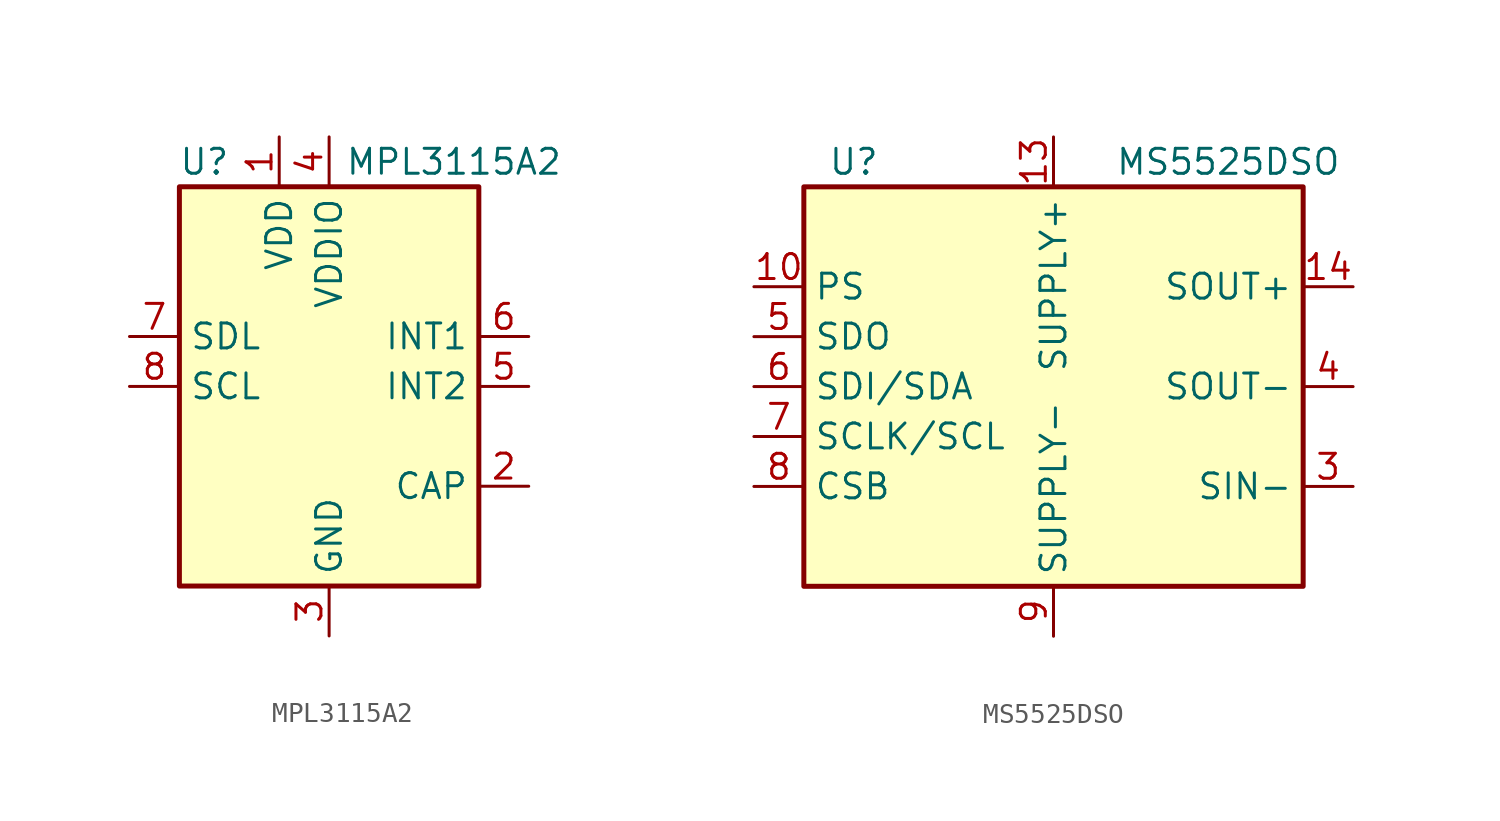
<source format=kicad_sym>
(kicad_symbol_lib
  (version 20201005)
  (generator kicad_symbol_editor)
  (symbol "MPL3115A2"
    (property "Reference" "U"
      (at -6.35 11.43 0)
      (effects (font (size 1.27 1.27))))
    (property "Value" "MPL3115A2"
      (at 6.35 11.43 0)
      (effects (font (size 1.27 1.27))))
    (symbol "MPL3115A2_0_1"
      (rectangle (start 7.62 10.16) (end -7.62 -10.16) (stroke (width 0.254)) (fill (type background))))
    (symbol "MPL3115A2_1_1"
      (pin power_in line (at -2.54 12.7 270) (length 2.54) (name "VDD" (effects (font (size 1.27 1.27)))) (number "1" (effects (font (size 1.27 1.27)))))
      (pin passive line (at 10.16 -5.08 180) (length 2.54) (name "CAP" (effects (font (size 1.27 1.27)))) (number "2" (effects (font (size 1.27 1.27)))))
      (pin power_in line (at 0 -12.7 90) (length 2.54) (name "GND" (effects (font (size 1.27 1.27)))) (number "3" (effects (font (size 1.27 1.27)))))
      (pin power_in line (at 0 12.7 270) (length 2.54) (name "VDDIO" (effects (font (size 1.27 1.27)))) (number "4" (effects (font (size 1.27 1.27)))))
      (pin open_collector line (at 10.16 0 180) (length 2.54) (name "INT2" (effects (font (size 1.27 1.27)))) (number "5" (effects (font (size 1.27 1.27)))))
      (pin open_collector line (at 10.16 2.54 180) (length 2.54) (name "INT1" (effects (font (size 1.27 1.27)))) (number "6" (effects (font (size 1.27 1.27)))))
      (pin bidirectional line (at -10.16 2.54 0) (length 2.54) (name "SDL" (effects (font (size 1.27 1.27)))) (number "7" (effects (font (size 1.27 1.27)))))
      (pin input line (at -10.16 0 0) (length 2.54) (name "SCL" (effects (font (size 1.27 1.27)))) (number "8" (effects (font (size 1.27 1.27)))))))
  (symbol "MS5525DSO"
    (property "Reference" "U"
      (at -10.16 11.43 0)
      (effects (font (size 1.27 1.27))))
    (property "Value" "MS5525DSO"
      (at 8.89 11.43 0)
      (effects (font (size 1.27 1.27))))
    (symbol "MS5525DSO_0_1"
      (rectangle (start -12.7 10.16) (end 12.7 -10.16) (stroke (width 0.254)) (fill (type background))))
    (symbol "MS5525DSO_1_1"
      (pin passive line (at 15.24 -5.08 180) (length 2.54) hide (name "SIN-" (effects (font (size 1.27 1.27)))) (number "1" (effects (font (size 1.27 1.27)))))
      (pin input line (at -15.24 5.08 0) (length 2.54) (name "PS" (effects (font (size 1.27 1.27)))) (number "10" (effects (font (size 1.27 1.27)))))
      (pin passive line (at 0 12.7 270) (length 2.54) hide (name "SUPPLY+" (effects (font (size 1.27 1.27)))) (number "11" (effects (font (size 1.27 1.27)))))
      (pin passive line (at 15.24 5.08 180) (length 2.54) hide (name "SOUT+" (effects (font (size 1.27 1.27)))) (number "12" (effects (font (size 1.27 1.27)))))
      (pin power_in line (at 0 12.7 270) (length 2.54) (name "SUPPLY+" (effects (font (size 1.27 1.27)))) (number "13" (effects (font (size 1.27 1.27)))))
      (pin passive line (at 15.24 5.08 180) (length 2.54) (name "SOUT+" (effects (font (size 1.27 1.27)))) (number "14" (effects (font (size 1.27 1.27)))))
      (pin passive line (at 15.24 0 180) (length 2.54) hide (name "SOUT-" (effects (font (size 1.27 1.27)))) (number "2" (effects (font (size 1.27 1.27)))))
      (pin passive line (at 15.24 -5.08 180) (length 2.54) (name "SIN-" (effects (font (size 1.27 1.27)))) (number "3" (effects (font (size 1.27 1.27)))))
      (pin passive line (at 15.24 0 180) (length 2.54) (name "SOUT-" (effects (font (size 1.27 1.27)))) (number "4" (effects (font (size 1.27 1.27)))))
      (pin output line (at -15.24 2.54 0) (length 2.54) (name "SDO" (effects (font (size 1.27 1.27)))) (number "5" (effects (font (size 1.27 1.27)))))
      (pin input line (at -15.24 0 0) (length 2.54) (name "SDI/SDA" (effects (font (size 1.27 1.27)))) (number "6" (effects (font (size 1.27 1.27)))))
      (pin input line (at -15.24 -2.54 0) (length 2.54) (name "SCLK/SCL" (effects (font (size 1.27 1.27)))) (number "7" (effects (font (size 1.27 1.27)))))
      (pin input line (at -15.24 -5.08 0) (length 2.54) (name "CSB" (effects (font (size 1.27 1.27)))) (number "8" (effects (font (size 1.27 1.27)))))
      (pin power_in line (at 0 -12.7 90) (length 2.54) (name "SUPPLY-" (effects (font (size 1.27 1.27)))) (number "9" (effects (font (size 1.27 1.27))))))))
</source>
